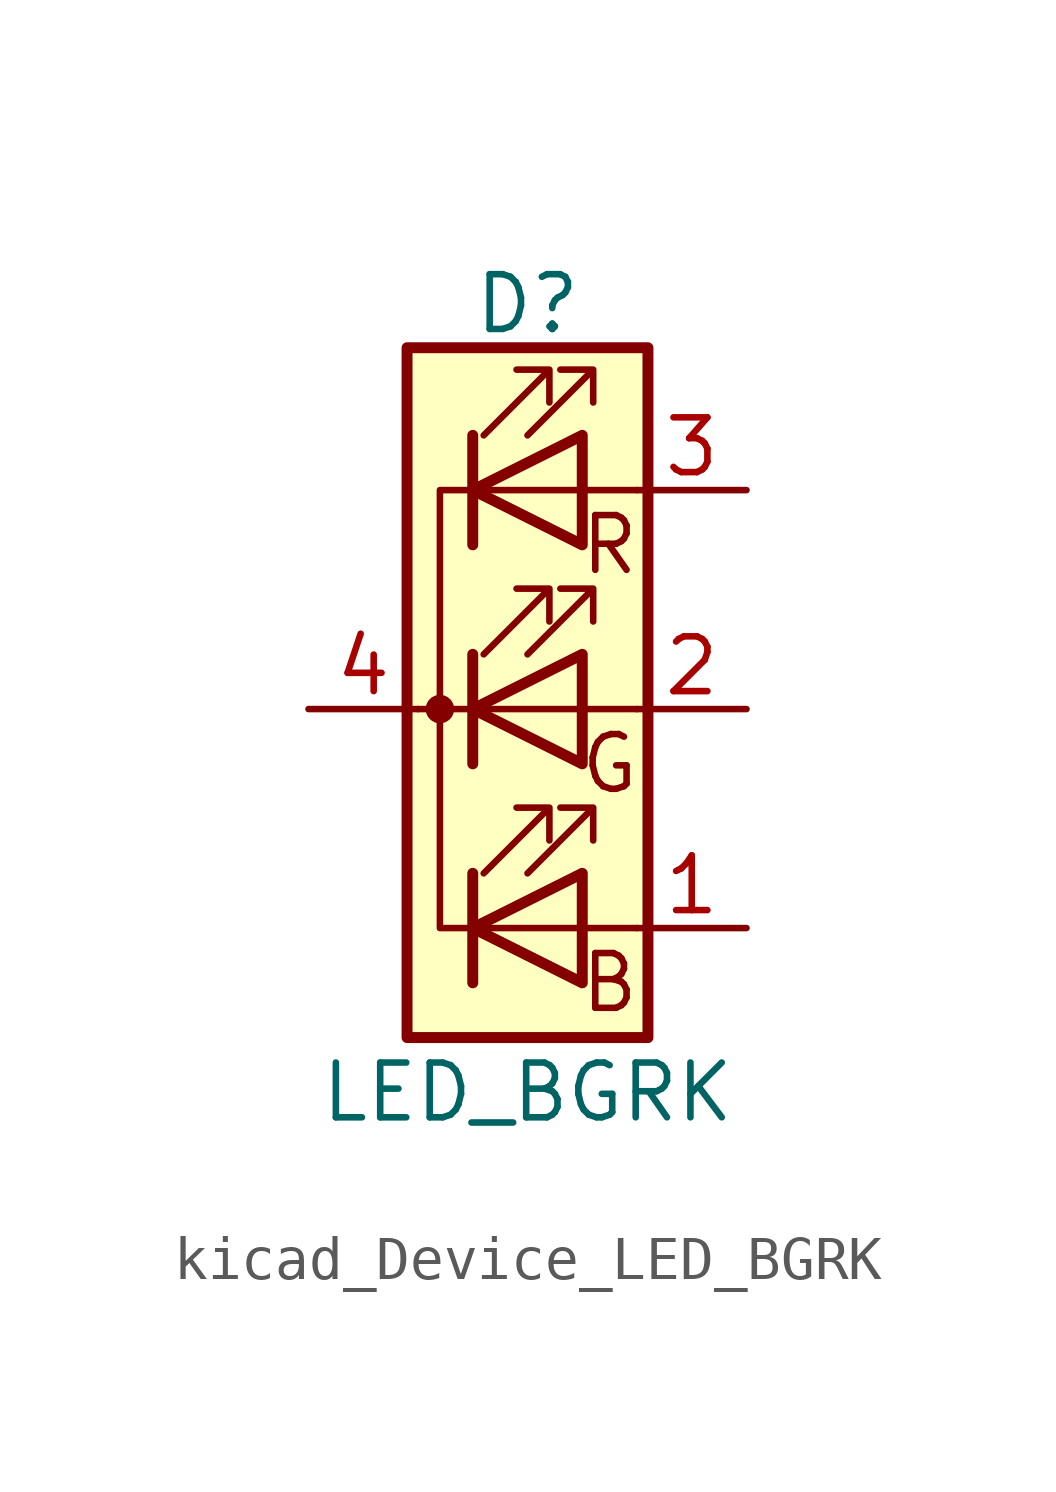
<source format=kicad_sym>
(kicad_symbol_lib
  (version 20220914)
  (generator kicad_symbol_editor)
  (symbol "kicad_Device_LED_BGRK"
    (pin_names
      (offset 0) hide)
    (property "Reference" "D"
      (at 0 9.398 0)
      (effects (font (size 1.27 1.27))))
    (property "Value" "LED_BGRK"
      (at 0 -8.89 0)
      (effects (font (size 1.27 1.27))))
    (symbol "kicad_Device_LED_BGRK_0_0"
      (text "B" (at 1.905 -6.35 0) (effects (font (size 1.27 1.27))))
      (text "G" (at 1.905 -1.27 0) (effects (font (size 1.27 1.27))))
      (text "R" (at 1.905 3.81 0) (effects (font (size 1.27 1.27)))))
    (symbol "kicad_Device_LED_BGRK_0_1"
      (circle (center -2.032 0) (radius 0.254) (stroke (width 0) (type default)) (fill (type outline)))
      (polyline (pts (xy -1.27 -5.08) (xy 1.27 -5.08)) (stroke (width 0) (type default)) (fill (type none)))
      (polyline (pts (xy -1.27 -3.81) (xy -1.27 -6.35)) (stroke (width 0.254) (type default)) (fill (type none)))
      (polyline (pts (xy -1.27 0) (xy -2.54 0)) (stroke (width 0) (type default)) (fill (type none)))
      (polyline (pts (xy -1.27 1.27) (xy -1.27 -1.27)) (stroke (width 0.254) (type default)) (fill (type none)))
      (polyline (pts (xy -1.27 5.08) (xy 1.27 5.08)) (stroke (width 0) (type default)) (fill (type none)))
      (polyline (pts (xy -1.27 6.35) (xy -1.27 3.81)) (stroke (width 0.254) (type default)) (fill (type none)))
      (polyline (pts (xy 1.27 -5.08) (xy 2.54 -5.08)) (stroke (width 0) (type default)) (fill (type none)))
      (polyline (pts (xy 1.27 0) (xy -1.27 0)) (stroke (width 0) (type default)) (fill (type none)))
      (polyline (pts (xy 1.27 0) (xy 2.54 0)) (stroke (width 0) (type default)) (fill (type none)))
      (polyline (pts (xy 1.27 5.08) (xy 2.54 5.08)) (stroke (width 0) (type default)) (fill (type none)))
      (polyline (pts (xy -1.27 1.27) (xy -1.27 -1.27) (xy -1.27 -1.27)) (stroke (width 0) (type default)) (fill (type none)))
      (polyline (pts (xy -1.27 6.35) (xy -1.27 3.81) (xy -1.27 3.81)) (stroke (width 0) (type default)) (fill (type none)))
      (polyline (pts (xy -1.27 5.08) (xy -2.032 5.08) (xy -2.032 -5.08) (xy -1.016 -5.08)) (stroke (width 0) (type default)) (fill (type none)))
      (polyline (pts (xy 1.27 -3.81) (xy 1.27 -6.35) (xy -1.27 -5.08) (xy 1.27 -3.81)) (stroke (width 0.254) (type default)) (fill (type none)))
      (polyline (pts (xy 1.27 1.27) (xy 1.27 -1.27) (xy -1.27 0) (xy 1.27 1.27)) (stroke (width 0.254) (type default)) (fill (type none)))
      (polyline (pts (xy 1.27 6.35) (xy 1.27 3.81) (xy -1.27 5.08) (xy 1.27 6.35)) (stroke (width 0.254) (type default)) (fill (type none)))
      (polyline (pts (xy -1.016 -3.81) (xy 0.508 -2.286) (xy -0.254 -2.286) (xy 0.508 -2.286) (xy 0.508 -3.048)) (stroke (width 0) (type default)) (fill (type none)))
      (polyline (pts (xy -1.016 1.27) (xy 0.508 2.794) (xy -0.254 2.794) (xy 0.508 2.794) (xy 0.508 2.032)) (stroke (width 0) (type default)) (fill (type none)))
      (polyline (pts (xy -1.016 6.35) (xy 0.508 7.874) (xy -0.254 7.874) (xy 0.508 7.874) (xy 0.508 7.112)) (stroke (width 0) (type default)) (fill (type none)))
      (polyline (pts (xy 0 -3.81) (xy 1.524 -2.286) (xy 0.762 -2.286) (xy 1.524 -2.286) (xy 1.524 -3.048)) (stroke (width 0) (type default)) (fill (type none)))
      (polyline (pts (xy 0 1.27) (xy 1.524 2.794) (xy 0.762 2.794) (xy 1.524 2.794) (xy 1.524 2.032)) (stroke (width 0) (type default)) (fill (type none)))
      (polyline (pts (xy 0 6.35) (xy 1.524 7.874) (xy 0.762 7.874) (xy 1.524 7.874) (xy 1.524 7.112)) (stroke (width 0) (type default)) (fill (type none)))
      (rectangle (start 1.27 -1.27) (end 1.27 1.27) (stroke (width 0) (type default)) (fill (type none)))
      (rectangle (start 1.27 1.27) (end 1.27 1.27) (stroke (width 0) (type default)) (fill (type none)))
      (rectangle (start 1.27 3.81) (end 1.27 6.35) (stroke (width 0) (type default)) (fill (type none)))
      (rectangle (start 1.27 6.35) (end 1.27 6.35) (stroke (width 0) (type default)) (fill (type none)))
      (rectangle (start 2.794 8.382) (end -2.794 -7.62) (stroke (width 0.254) (type default)) (fill (type background))))
    (symbol "kicad_Device_LED_BGRK_1_1"
      (pin passive line (at 5.08 -5.08 180) (length 2.54) (name "BA" (effects (font (size 1.27 1.27)))) (number "1" (effects (font (size 1.27 1.27)))))
      (pin passive line (at 5.08 0 180) (length 2.54) (name "GA" (effects (font (size 1.27 1.27)))) (number "2" (effects (font (size 1.27 1.27)))))
      (pin passive line (at 5.08 5.08 180) (length 2.54) (name "RA" (effects (font (size 1.27 1.27)))) (number "3" (effects (font (size 1.27 1.27)))))
      (pin passive line (at -5.08 0 0) (length 2.54) (name "K" (effects (font (size 1.27 1.27)))) (number "4" (effects (font (size 1.27 1.27))))))))
</source>
